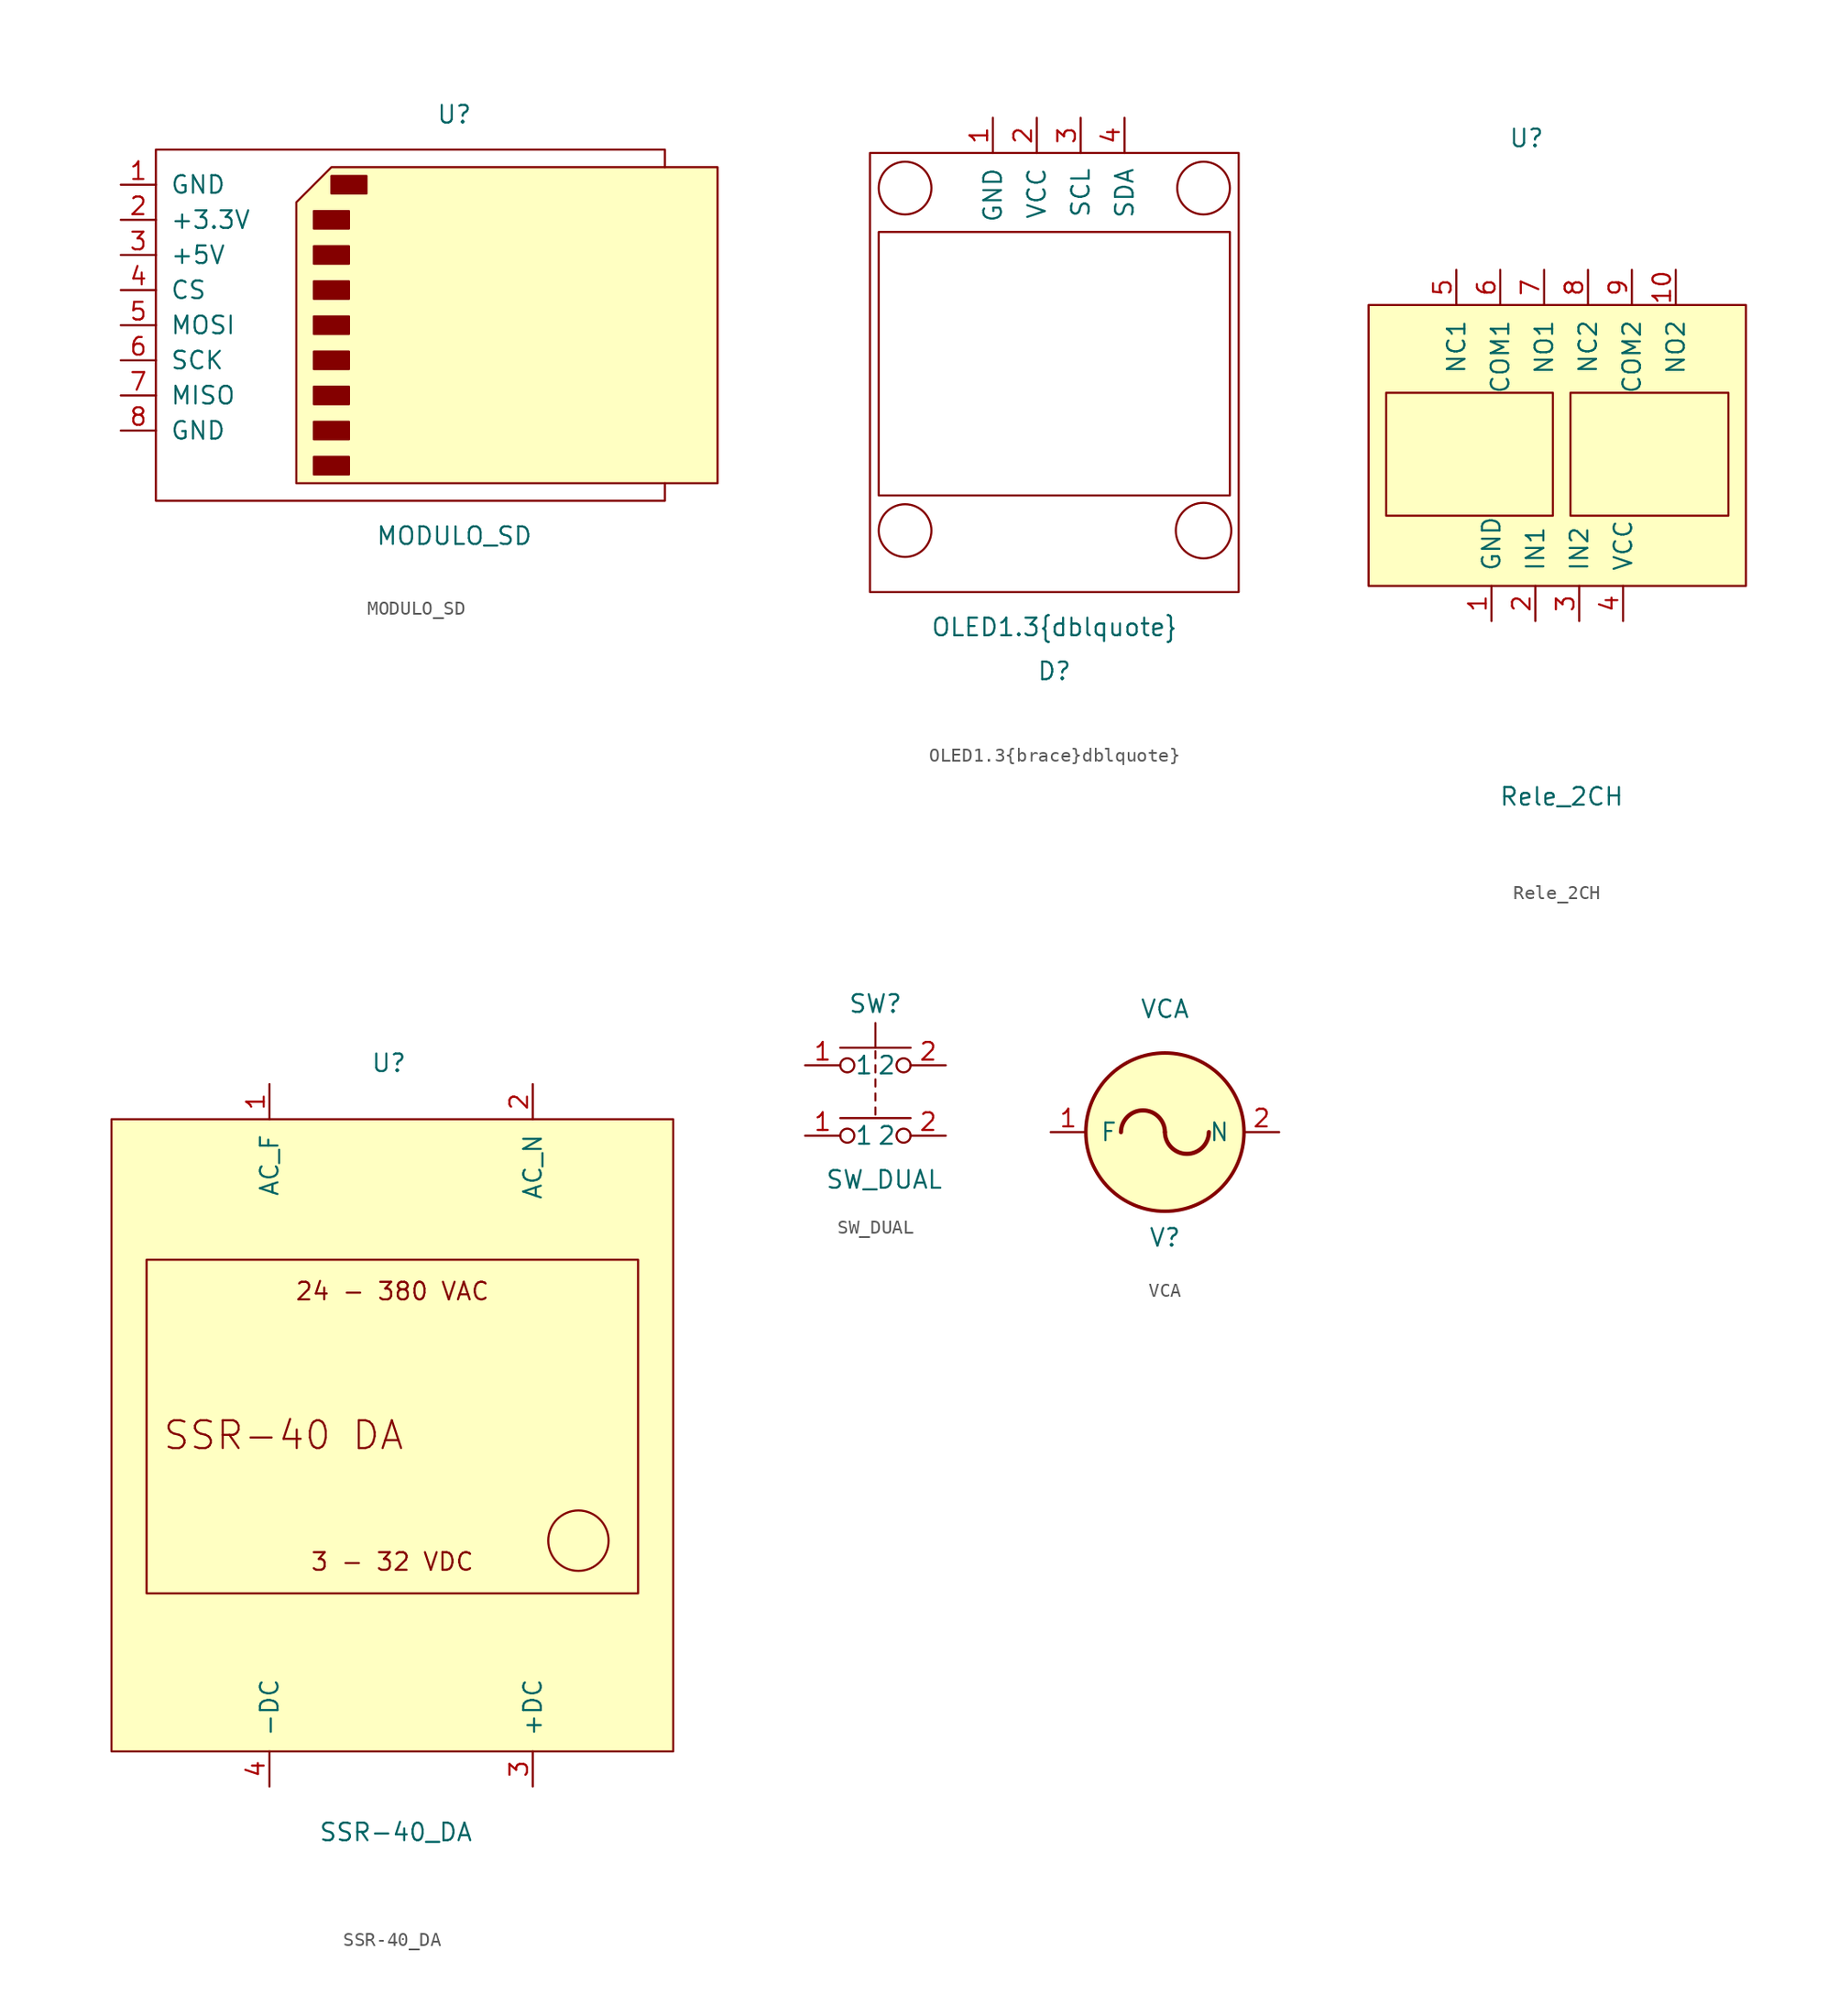
<source format=kicad_sym>
(kicad_symbol_lib
  (version 20211014)
  (generator kicad_symbol_editor)
  (symbol "MODULO_SD"
    (pin_names
      (offset 1.016))
    (property "Reference" "U"
      (at 0 29.21 0)
      (effects (font (size 1.27 1.27))))
    (property "Value" "MODULO_SD"
      (at 0 -1.27 0)
      (effects (font (size 1.27 1.27))))
    (symbol "MODULO_SD_1_1"
      (rectangle (start -10.16 4.445) (end -7.62 3.175) (stroke (width 0) (type default) (color 0 0 0 0)) (fill (type outline)))
      (rectangle (start -10.16 6.985) (end -7.62 5.715) (stroke (width 0) (type default) (color 0 0 0 0)) (fill (type outline)))
      (rectangle (start -10.16 9.525) (end -7.62 8.255) (stroke (width 0) (type default) (color 0 0 0 0)) (fill (type outline)))
      (rectangle (start -10.16 12.065) (end -7.62 10.795) (stroke (width 0) (type default) (color 0 0 0 0)) (fill (type outline)))
      (rectangle (start -10.16 14.605) (end -7.62 13.335) (stroke (width 0) (type default) (color 0 0 0 0)) (fill (type outline)))
      (rectangle (start -10.16 17.145) (end -7.62 15.875) (stroke (width 0) (type default) (color 0 0 0 0)) (fill (type outline)))
      (rectangle (start -10.16 19.685) (end -7.62 18.415) (stroke (width 0) (type default) (color 0 0 0 0)) (fill (type outline)))
      (rectangle (start -10.16 22.225) (end -7.62 20.955) (stroke (width 0) (type default) (color 0 0 0 0)) (fill (type outline)))
      (rectangle (start -8.89 24.765) (end -6.35 23.495) (stroke (width 0) (type default) (color 0 0 0 0)) (fill (type outline)))
      (polyline (pts (xy -11.43 22.86) (xy -8.89 25.4) (xy 19.05 25.4) (xy 19.05 2.54) (xy -11.43 2.54) (xy -11.43 22.86)) (stroke (width 0) (type default) (color 0 0 0 0)) (fill (type background)))
      (polyline (pts (xy 15.24 25.4) (xy 15.24 26.67) (xy -21.59 26.67) (xy -21.59 1.27) (xy 15.24 1.27) (xy 15.24 2.54)) (stroke (width 0) (type default) (color 0 0 0 0)) (fill (type none)))
      (pin power_in line (at -24.13 24.13 0) (length 2.54) (name "GND" (effects (font (size 1.27 1.27)))) (number "1" (effects (font (size 1.27 1.27)))))
      (pin power_in line (at -24.13 21.59 0) (length 2.54) (name "+3.3V" (effects (font (size 1.27 1.27)))) (number "2" (effects (font (size 1.27 1.27)))))
      (pin power_in line (at -24.13 19.05 0) (length 2.54) (name "+5V" (effects (font (size 1.27 1.27)))) (number "3" (effects (font (size 1.27 1.27)))))
      (pin bidirectional line (at -24.13 16.51 0) (length 2.54) (name "CS" (effects (font (size 1.27 1.27)))) (number "4" (effects (font (size 1.27 1.27)))))
      (pin bidirectional line (at -24.13 13.97 0) (length 2.54) (name "MOSI" (effects (font (size 1.27 1.27)))) (number "5" (effects (font (size 1.27 1.27)))))
      (pin bidirectional line (at -24.13 11.43 0) (length 2.54) (name "SCK" (effects (font (size 1.27 1.27)))) (number "6" (effects (font (size 1.27 1.27)))))
      (pin bidirectional line (at -24.13 8.89 0) (length 2.54) (name "MISO" (effects (font (size 1.27 1.27)))) (number "7" (effects (font (size 1.27 1.27)))))
      (pin power_in line (at -24.13 6.35 0) (length 2.54) (name "GND" (effects (font (size 1.27 1.27)))) (number "8" (effects (font (size 1.27 1.27)))))))
  (symbol "OLED1.3{brace}dblquote}"
    (pin_names
      (offset 1.016))
    (property "Reference" "D"
      (at 0 -37.465 0)
      (effects (font (size 1.27 1.27))))
    (property "Value" "OLED1.3{brace}dblquote}"
      (at 0 -34.29 0)
      (effects (font (size 1.27 1.27))))
    (symbol "OLED1.3{brace}dblquote}_0_1"
      (rectangle (start -13.335 0) (end 13.335 -31.75) (stroke (width 0) (type default) (color 0 0 0 0)) (fill (type none)))
      (rectangle (start -12.7 -5.715) (end 12.7 -24.765) (stroke (width 0) (type default) (color 0 0 0 0)) (fill (type none)))
      (circle (center -10.795 -27.305) (radius 1.905) (stroke (width 0) (type default) (color 0 0 0 0)) (fill (type none)))
      (circle (center -10.795 -2.54) (radius 1.905) (stroke (width 0) (type default) (color 0 0 0 0)) (fill (type none)))
      (circle (center 10.795 -27.305) (radius 2.007) (stroke (width 0) (type default) (color 0 0 0 0)) (fill (type none)))
      (circle (center 10.795 -2.54) (radius 1.905) (stroke (width 0) (type default) (color 0 0 0 0)) (fill (type none))))
    (symbol "OLED1.3{brace}dblquote}_1_1"
      (pin power_in line (at -4.445 2.54 270) (length 2.54) (name "GND" (effects (font (size 1.27 1.27)))) (number "1" (effects (font (size 1.27 1.27)))))
      (pin power_in line (at -1.27 2.54 270) (length 2.54) (name "VCC" (effects (font (size 1.27 1.27)))) (number "2" (effects (font (size 1.27 1.27)))))
      (pin bidirectional line (at 1.905 2.54 270) (length 2.54) (name "SCL" (effects (font (size 1.27 1.27)))) (number "3" (effects (font (size 1.27 1.27)))))
      (pin bidirectional line (at 5.08 2.54 270) (length 2.54) (name "SDA" (effects (font (size 1.27 1.27)))) (number "4" (effects (font (size 1.27 1.27)))))))
  (symbol "Rele_2CH"
    (pin_names
      (offset 1.016))
    (property "Reference" "U"
      (at -2.54 32.385 0)
      (effects (font (size 1.27 1.27))))
    (property "Value" "Rele_2CH"
      (at 0 -15.24 0)
      (effects (font (size 1.27 1.27))))
    (symbol "Rele_2CH_0_1"
      (rectangle (start -13.97 0) (end 13.335 20.32) (stroke (width 0) (type default) (color 0 0 0 0)) (fill (type background)))
      (rectangle (start -0.635 13.97) (end -12.7 5.08) (stroke (width 0) (type default) (color 0 0 0 0)) (fill (type none)))
      (rectangle (start 0.635 13.97) (end 12.065 5.08) (stroke (width 0) (type default) (color 0 0 0 0)) (fill (type none))))
    (symbol "Rele_2CH_1_1"
      (pin power_in line (at -5.08 -2.54 90) (length 2.54) (name "GND" (effects (font (size 1.27 1.27)))) (number "1" (effects (font (size 1.27 1.27)))))
      (pin power_out line (at 8.255 22.86 270) (length 2.54) (name "NO2" (effects (font (size 1.27 1.27)))) (number "10" (effects (font (size 1.27 1.27)))))
      (pin input line (at -1.905 -2.54 90) (length 2.54) (name "IN1" (effects (font (size 1.27 1.27)))) (number "2" (effects (font (size 1.27 1.27)))))
      (pin input line (at 1.27 -2.54 90) (length 2.54) (name "IN2" (effects (font (size 1.27 1.27)))) (number "3" (effects (font (size 1.27 1.27)))))
      (pin power_in line (at 4.445 -2.54 90) (length 2.54) (name "VCC" (effects (font (size 1.27 1.27)))) (number "4" (effects (font (size 1.27 1.27)))))
      (pin power_out line (at -7.62 22.86 270) (length 2.54) (name "NC1" (effects (font (size 1.27 1.27)))) (number "5" (effects (font (size 1.27 1.27)))))
      (pin power_out line (at -4.445 22.86 270) (length 2.54) (name "COM1" (effects (font (size 1.27 1.27)))) (number "6" (effects (font (size 1.27 1.27)))))
      (pin power_out line (at -1.27 22.86 270) (length 2.54) (name "NO1" (effects (font (size 1.27 1.27)))) (number "7" (effects (font (size 1.27 1.27)))))
      (pin power_out line (at 1.905 22.86 270) (length 2.54) (name "NC2" (effects (font (size 1.27 1.27)))) (number "8" (effects (font (size 1.27 1.27)))))
      (pin power_out line (at 5.08 22.86 270) (length 2.54) (name "COM2" (effects (font (size 1.27 1.27)))) (number "9" (effects (font (size 1.27 1.27)))))))
  (symbol "SSR-40_DA"
    (pin_names
      (offset 1.016))
    (property "Reference" "U"
      (at -0.254 26.924 0)
      (effects (font (size 1.27 1.27))))
    (property "Value" "SSR-40_DA"
      (at 0.254 -28.702 0)
      (effects (font (size 1.27 1.27))))
    (symbol "SSR-40_DA_0_0"
      (text "24 - 380 VAC" (at 0 10.414 0) (effects (font (size 1.27 1.27))))
      (text "3 - 32 VDC" (at 0 -9.144 0) (effects (font (size 1.27 1.27))))
      (text "SSR-40 DA" (at -7.874 0 0) (effects (font (size 2.007 2.007)))))
    (symbol "SSR-40_DA_0_1"
      (rectangle (start -20.32 -22.86) (end 20.32 22.86) (stroke (width 0) (type default) (color 0 0 0 0)) (fill (type background)))
      (rectangle (start -17.78 12.7) (end 17.78 -11.43) (stroke (width 0) (type default) (color 0 0 0 0)) (fill (type none)))
      (circle (center 13.462 -7.62) (radius 2.184) (stroke (width 0) (type default) (color 0 0 0 0)) (fill (type none))))
    (symbol "SSR-40_DA_1_1"
      (pin output line (at -8.89 25.4 270) (length 2.54) (name "AC_F" (effects (font (size 1.27 1.27)))) (number "1" (effects (font (size 1.27 1.27)))))
      (pin output line (at 10.16 25.4 270) (length 2.54) (name "AC_N" (effects (font (size 1.27 1.27)))) (number "2" (effects (font (size 1.27 1.27)))))
      (pin input line (at 10.16 -25.4 90) (length 2.54) (name "+DC" (effects (font (size 1.27 1.27)))) (number "3" (effects (font (size 1.27 1.27)))))
      (pin input line (at -8.89 -25.4 90) (length 2.54) (name "-DC" (effects (font (size 1.27 1.27)))) (number "4" (effects (font (size 1.27 1.27)))))))
  (symbol "SW_DUAL"
    (pin_names
      (offset 1.016))
    (property "Reference" "SW"
      (at 0 7.62 0)
      (effects (font (size 1.27 1.27))))
    (property "Value" "SW_DUAL"
      (at 0.635 -5.08 0)
      (effects (font (size 1.27 1.27))))
    (symbol "SW_DUAL_1_1"
      (circle (center -2.032 -1.905) (radius 0.508) (stroke (width 0) (type default) (color 0 0 0 0)) (fill (type none)))
      (circle (center -2.032 3.175) (radius 0.508) (stroke (width 0) (type default) (color 0 0 0 0)) (fill (type none)))
      (polyline (pts (xy 0 0.127) (xy 0 -0.381)) (stroke (width 0) (type default) (color 0 0 0 0)) (fill (type none)))
      (polyline (pts (xy 0 1.143) (xy 0 0.635)) (stroke (width 0) (type default) (color 0 0 0 0)) (fill (type none)))
      (polyline (pts (xy 0 1.651) (xy 0 2.159)) (stroke (width 0) (type default) (color 0 0 0 0)) (fill (type none)))
      (polyline (pts (xy 0 2.667) (xy 0 3.175)) (stroke (width 0) (type default) (color 0 0 0 0)) (fill (type none)))
      (polyline (pts (xy 0 3.683) (xy 0 4.191)) (stroke (width 0) (type default) (color 0 0 0 0)) (fill (type none)))
      (polyline (pts (xy 0 4.445) (xy 0 6.223)) (stroke (width 0) (type default) (color 0 0 0 0)) (fill (type none)))
      (polyline (pts (xy 2.54 -0.635) (xy -2.54 -0.635)) (stroke (width 0) (type default) (color 0 0 0 0)) (fill (type none)))
      (polyline (pts (xy 2.54 4.445) (xy -2.54 4.445)) (stroke (width 0) (type default) (color 0 0 0 0)) (fill (type none)))
      (circle (center 2.032 -1.905) (radius 0.508) (stroke (width 0) (type default) (color 0 0 0 0)) (fill (type none)))
      (circle (center 2.032 3.175) (radius 0.508) (stroke (width 0) (type default) (color 0 0 0 0)) (fill (type none)))
      (pin passive line (at -5.08 -1.905 0) (length 2.54) (name "1" (effects (font (size 1.27 1.27)))) (number "1" (effects (font (size 1.27 1.27)))))
      (pin passive line (at -5.08 3.175 0) (length 2.54) (name "1" (effects (font (size 1.27 1.27)))) (number "1" (effects (font (size 1.27 1.27)))))
      (pin passive line (at 5.08 -1.905 180) (length 2.54) (name "2" (effects (font (size 1.27 1.27)))) (number "2" (effects (font (size 1.27 1.27)))))
      (pin passive line (at 5.08 3.175 180) (length 2.54) (name "2" (effects (font (size 1.27 1.27)))) (number "2" (effects (font (size 1.27 1.27)))))))
  (symbol "VCA"
    (pin_names
      (offset 1.016))
    (property "Reference" "V"
      (at 0 -7.62 0)
      (effects (font (size 1.27 1.27))))
    (property "Value" "VCA"
      (at 0 8.89 0)
      (effects (font (size 1.27 1.27))))
    (symbol "VCA_0_1"
      (arc (start 0 0) (mid -1.5875 1.5749) (end -3.175 0) (stroke (width 0.3048) (type default) (color 0 0 0 0)) (fill (type none)))
      (arc (start 0 0) (mid 1.5875 -1.5749) (end 3.175 0) (stroke (width 0.3048) (type default) (color 0 0 0 0)) (fill (type none)))
      (circle (center 0 0) (radius 5.715) (stroke (width 0.254) (type default) (color 0 0 0 0)) (fill (type background))))
    (symbol "VCA_1_1"
      (pin bidirectional line (at -8.255 0 0) (length 2.54) (name "F" (effects (font (size 1.27 1.27)))) (number "1" (effects (font (size 1.27 1.27)))))
      (pin bidirectional line (at 8.255 0 180) (length 2.54) (name "N" (effects (font (size 1.27 1.27)))) (number "2" (effects (font (size 1.27 1.27))))))))
</source>
